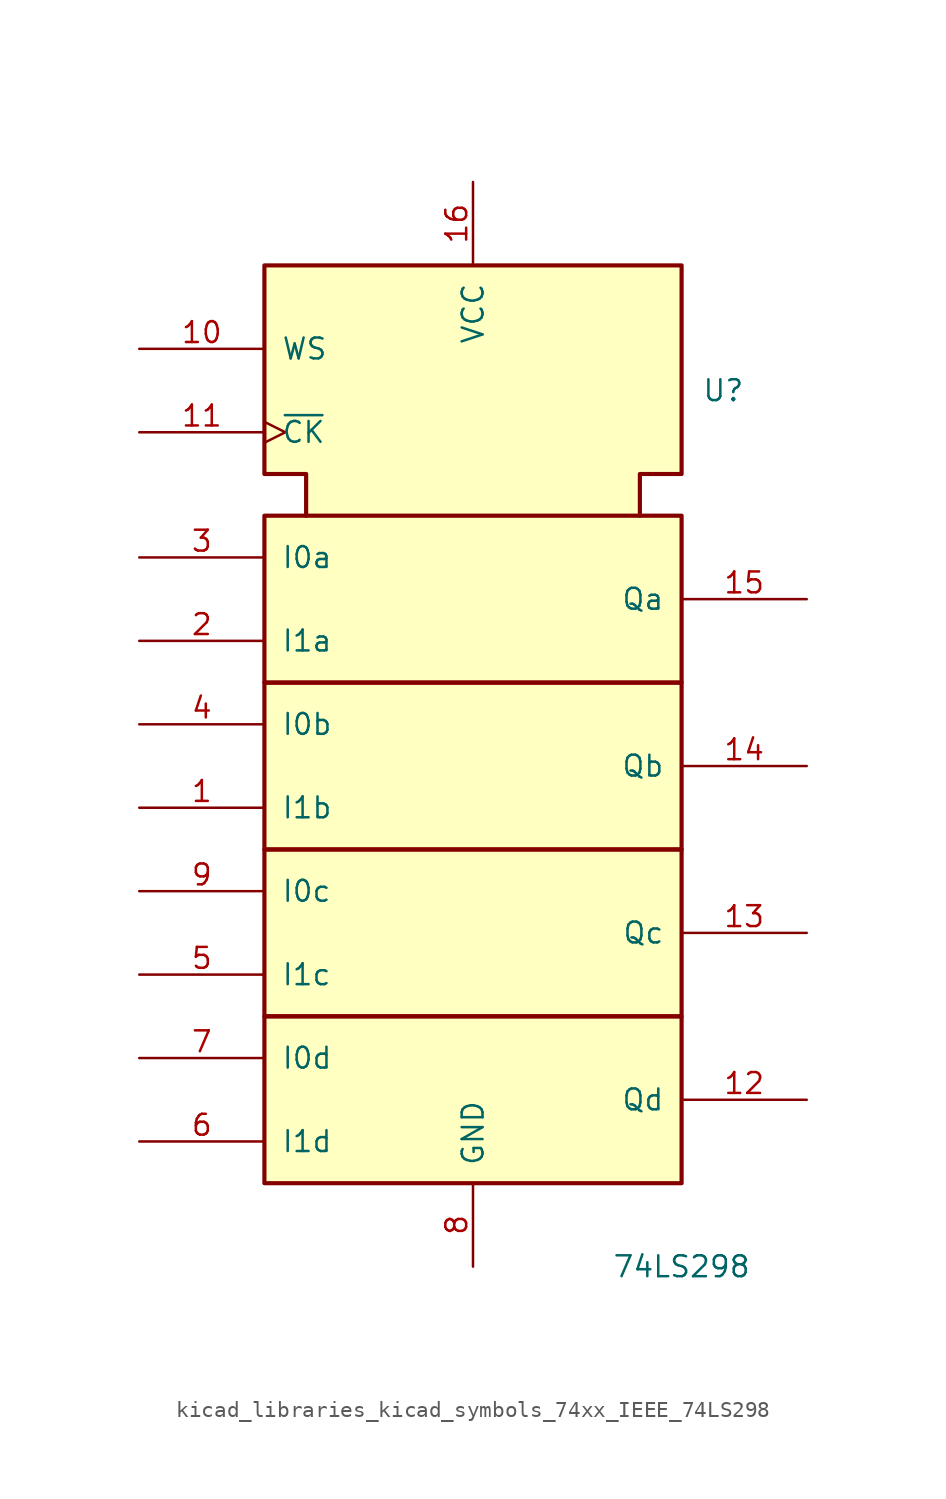
<source format=kicad_sym>
(kicad_symbol_lib
  (version 20220914)
  (generator kicad_symbol_editor)
  (symbol "kicad_libraries_kicad_symbols_74xx_IEEE_74LS298"
    (pin_names
      (offset 1.016))
    (property "Reference" "U"
      (at 15.24 20.32 0)
      (effects (font (size 1.27 1.27))))
    (property "Value" "74LS298"
      (at 12.7 -33.02 0)
      (effects (font (size 1.27 1.27))))
    (symbol "kicad_libraries_kicad_symbols_74xx_IEEE_74LS298_0_0"
      (rectangle (start -12.7 -17.78) (end 12.7 -27.94) (stroke (width 0.254) (type default)) (fill (type background)))
      (rectangle (start -12.7 -7.62) (end 12.7 -17.78) (stroke (width 0.254) (type default)) (fill (type background)))
      (rectangle (start -12.7 2.54) (end 12.7 -7.62) (stroke (width 0.254) (type default)) (fill (type background)))
      (rectangle (start -12.7 12.7) (end 12.7 2.54) (stroke (width 0.254) (type default)) (fill (type background)))
      (polyline (pts (xy -10.16 12.7) (xy -10.16 15.24) (xy -12.7 15.24) (xy -12.7 27.94) (xy 12.7 27.94) (xy 12.7 15.24) (xy 10.16 15.24) (xy 10.16 12.7) (xy 10.16 12.7)) (stroke (width 0.254) (type default)) (fill (type background)))
      (pin power_in line (at 0 33.02 270) (length 5.08) (name "VCC" (effects (font (size 1.27 1.27)))) (number "16" (effects (font (size 1.27 1.27)))))
      (pin power_in line (at 0 -33.02 90) (length 5.08) (name "GND" (effects (font (size 1.27 1.27)))) (number "8" (effects (font (size 1.27 1.27))))))
    (symbol "kicad_libraries_kicad_symbols_74xx_IEEE_74LS298_1_1"
      (pin input line (at -20.32 -5.08 0) (length 7.62) (name "I1b" (effects (font (size 1.27 1.27)))) (number "1" (effects (font (size 1.27 1.27)))))
      (pin input line (at -20.32 22.86 0) (length 7.62) (name "WS" (effects (font (size 1.27 1.27)))) (number "10" (effects (font (size 1.27 1.27)))))
      (pin input clock (at -20.32 17.78 0) (length 7.62) (name "~{CK}" (effects (font (size 1.27 1.27)))) (number "11" (effects (font (size 1.27 1.27)))))
      (pin tri_state line (at 20.32 -22.86 180) (length 7.62) (name "Qd" (effects (font (size 1.27 1.27)))) (number "12" (effects (font (size 1.27 1.27)))))
      (pin tri_state line (at 20.32 -12.7 180) (length 7.62) (name "Qc" (effects (font (size 1.27 1.27)))) (number "13" (effects (font (size 1.27 1.27)))))
      (pin tri_state line (at 20.32 -2.54 180) (length 7.62) (name "Qb" (effects (font (size 1.27 1.27)))) (number "14" (effects (font (size 1.27 1.27)))))
      (pin tri_state line (at 20.32 7.62 180) (length 7.62) (name "Qa" (effects (font (size 1.27 1.27)))) (number "15" (effects (font (size 1.27 1.27)))))
      (pin input line (at -20.32 5.08 0) (length 7.62) (name "I1a" (effects (font (size 1.27 1.27)))) (number "2" (effects (font (size 1.27 1.27)))))
      (pin input line (at -20.32 10.16 0) (length 7.62) (name "I0a" (effects (font (size 1.27 1.27)))) (number "3" (effects (font (size 1.27 1.27)))))
      (pin input line (at -20.32 0 0) (length 7.62) (name "I0b" (effects (font (size 1.27 1.27)))) (number "4" (effects (font (size 1.27 1.27)))))
      (pin input line (at -20.32 -15.24 0) (length 7.62) (name "I1c" (effects (font (size 1.27 1.27)))) (number "5" (effects (font (size 1.27 1.27)))))
      (pin input line (at -20.32 -25.4 0) (length 7.62) (name "I1d" (effects (font (size 1.27 1.27)))) (number "6" (effects (font (size 1.27 1.27)))))
      (pin input line (at -20.32 -20.32 0) (length 7.62) (name "I0d" (effects (font (size 1.27 1.27)))) (number "7" (effects (font (size 1.27 1.27)))))
      (pin input line (at -20.32 -10.16 0) (length 7.62) (name "I0c" (effects (font (size 1.27 1.27)))) (number "9" (effects (font (size 1.27 1.27))))))))
</source>
